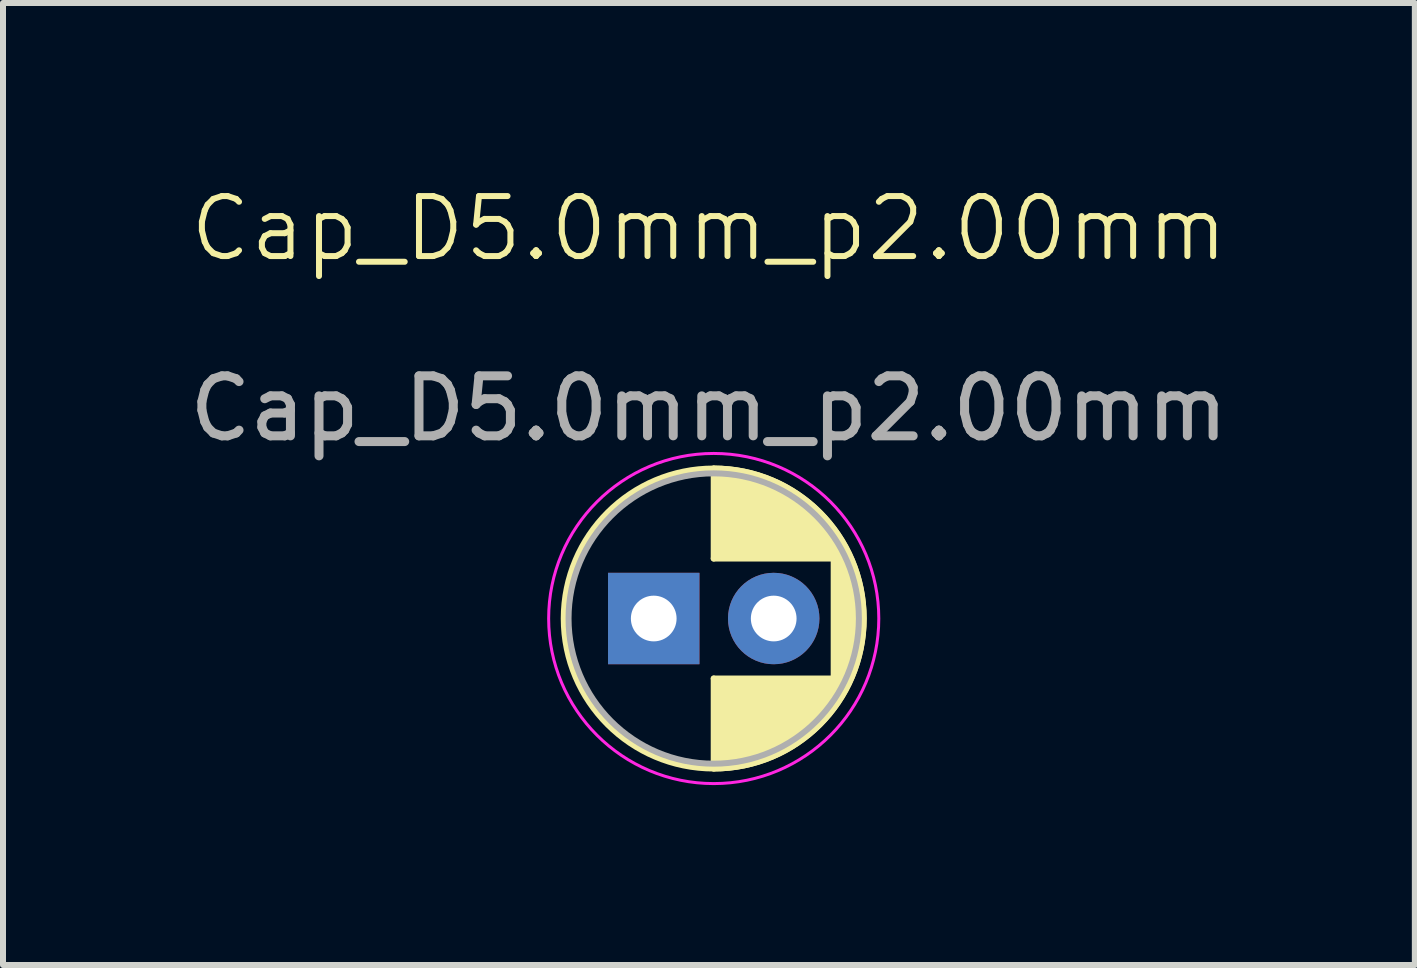
<source format=kicad_pcb>
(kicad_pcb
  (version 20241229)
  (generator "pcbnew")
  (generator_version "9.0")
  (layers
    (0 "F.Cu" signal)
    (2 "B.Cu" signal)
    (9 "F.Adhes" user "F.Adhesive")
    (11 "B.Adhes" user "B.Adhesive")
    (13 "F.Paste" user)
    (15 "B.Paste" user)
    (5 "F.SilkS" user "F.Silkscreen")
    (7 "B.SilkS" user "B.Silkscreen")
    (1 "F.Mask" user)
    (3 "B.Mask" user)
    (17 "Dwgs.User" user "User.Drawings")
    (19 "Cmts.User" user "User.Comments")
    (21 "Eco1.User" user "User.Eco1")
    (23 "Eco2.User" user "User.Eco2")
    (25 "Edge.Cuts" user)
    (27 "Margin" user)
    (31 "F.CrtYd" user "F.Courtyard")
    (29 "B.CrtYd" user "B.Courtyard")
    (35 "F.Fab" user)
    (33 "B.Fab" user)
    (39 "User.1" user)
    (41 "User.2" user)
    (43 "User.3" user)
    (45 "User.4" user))
  (footprint "Cap_D5.0mm_p2.00mm"
    (layer "F.Cu")
    (at 8.848 7.261)
    (property "Reference" "Cap_D5.0mm_p2.00mm" (at -0.08 -6.5 0) (unlocked yes) (layer "F.SilkS") (effects (font (size 1 1) (thickness 0.1))))
    (attr through_hole)
    (fp_line (start 0 -2.5) (end 0 -1) (stroke (width 0.1) (type default)) (layer "F.SilkS"))
    (fp_line (start 0 -1) (end 2 -1) (stroke (width 0.1) (type default)) (layer "F.SilkS"))
    (fp_line (start 0 1) (end 0 2.5) (stroke (width 0.1) (type default)) (layer "F.SilkS"))
    (fp_line (start 2 -1) (end 2 1) (stroke (width 0.1) (type default)) (layer "F.SilkS"))
    (fp_line (start 2 1) (end 0 1) (stroke (width 0.1) (type default)) (layer "F.SilkS"))
    (fp_arc (start 0 -2.5) (mid 2.5 0) (end 0 2.5) (stroke (width 0.1) (type default)) (layer "F.SilkS"))
    (fp_circle (center 0 0) (end 2.5 0) (stroke (width 0.1) (type default)) (fill no) (layer "F.SilkS"))
    (fp_poly (pts (arc (start 0 -2.5) (mid 2.5 0) (end 0 2.5)) (xy 0 1) (xy 2 1) (xy 2 -1) (xy 0 -1)) (stroke (width 0) (type solid)) (fill yes) (layer "F.SilkS"))
    (fp_circle (center 0 0) (end 0.1 -2.75) (stroke (width 0.05) (type default)) (fill no) (layer "F.CrtYd"))
    (fp_circle (center 0 0) (end 2.42 0) (stroke (width 0.1) (type default)) (fill no) (layer "F.Fab"))
    (fp_text user "${REFERENCE}" (at -0.08 -3.5 0) (unlocked yes) (layer "F.Fab") (effects (font (size 1 1) (thickness 0.15))))
    (pad "1" thru_hole rect (at -1 0) (size 1.524 1.524) (drill 0.762) (layers "*.Cu" "*.Mask"))
    (pad "2" thru_hole circle (at 1 0) (size 1.524 1.524) (drill 0.762) (layers "*.Cu" "*.Mask")))
  (gr_rect
    (start -3 -3)
    (end 20.536 13.037)
    (stroke (width 0.1) (type default))
    (fill no)
    (layer "Edge.Cuts")))
</source>
